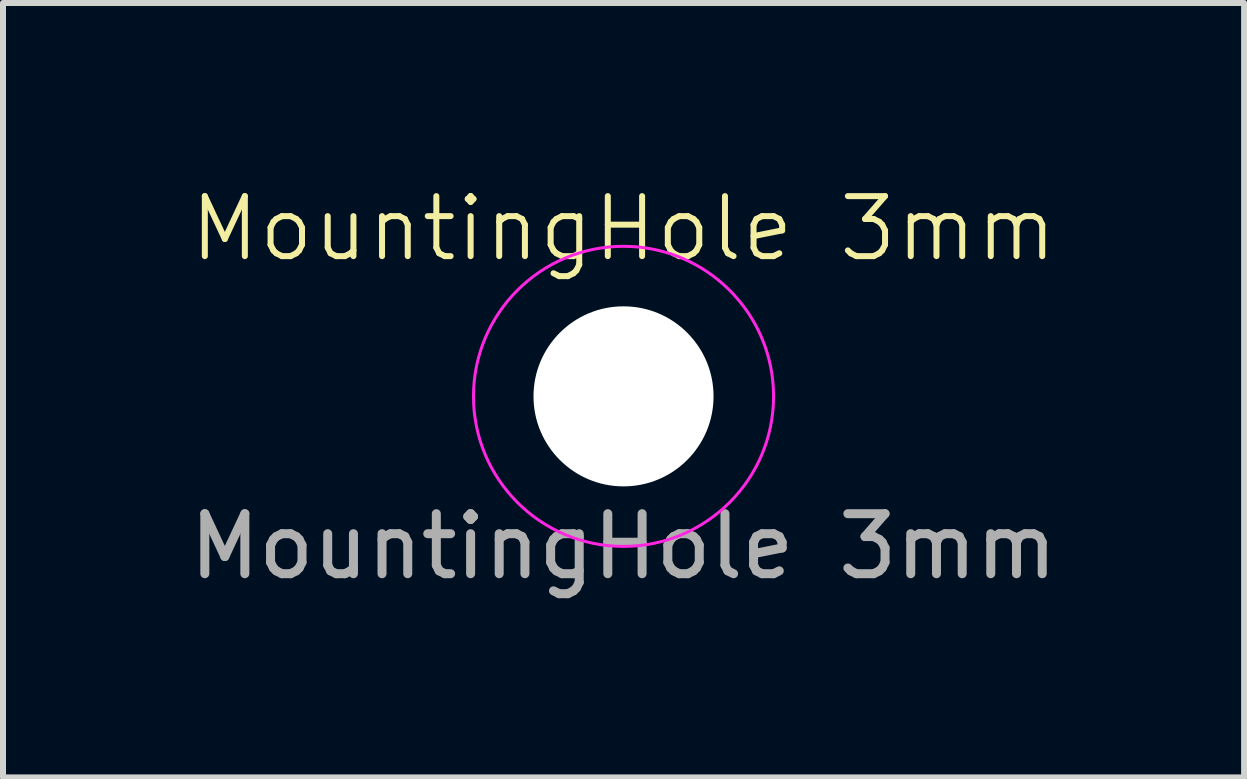
<source format=kicad_pcb>
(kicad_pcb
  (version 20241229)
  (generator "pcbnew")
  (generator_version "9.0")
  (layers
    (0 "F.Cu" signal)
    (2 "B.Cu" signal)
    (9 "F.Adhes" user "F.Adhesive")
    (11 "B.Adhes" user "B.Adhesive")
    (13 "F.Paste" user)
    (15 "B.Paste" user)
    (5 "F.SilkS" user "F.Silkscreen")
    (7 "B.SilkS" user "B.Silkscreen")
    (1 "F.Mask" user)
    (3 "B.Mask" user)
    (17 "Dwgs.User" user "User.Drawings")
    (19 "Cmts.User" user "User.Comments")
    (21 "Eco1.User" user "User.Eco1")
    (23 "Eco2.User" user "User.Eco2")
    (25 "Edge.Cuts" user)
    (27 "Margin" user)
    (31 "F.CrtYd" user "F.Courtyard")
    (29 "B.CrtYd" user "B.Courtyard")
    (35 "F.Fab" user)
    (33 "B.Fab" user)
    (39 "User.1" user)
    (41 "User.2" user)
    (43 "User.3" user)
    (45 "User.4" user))
  (footprint "MountingHole 3mm"
    (layer "F.Cu")
    (at 7.339 3.554)
    (property "Reference" "MountingHole 3mm" (at 0 -2.794 0) (unlocked yes) (layer "F.SilkS") (effects (font (size 1 1) (thickness 0.1))))
    (attr through_hole)
    (fp_circle (center 0 0) (end 2.5 0) (stroke (width 0.05) (type default)) (fill no) (layer "F.CrtYd"))
    (fp_text user "${REFERENCE}" (at 0 2.5 0) (unlocked yes) (layer "F.Fab") (effects (font (size 1 1) (thickness 0.15))))
    (pad "" np_thru_hole circle (at 0 0) (size 3 3) (drill 3) (layers "*.Cu" "*.Mask")))
  (gr_rect
    (start -3 -3)
    (end 17.679 9.903)
    (stroke (width 0.1) (type default))
    (fill no)
    (layer "Edge.Cuts")))
</source>
